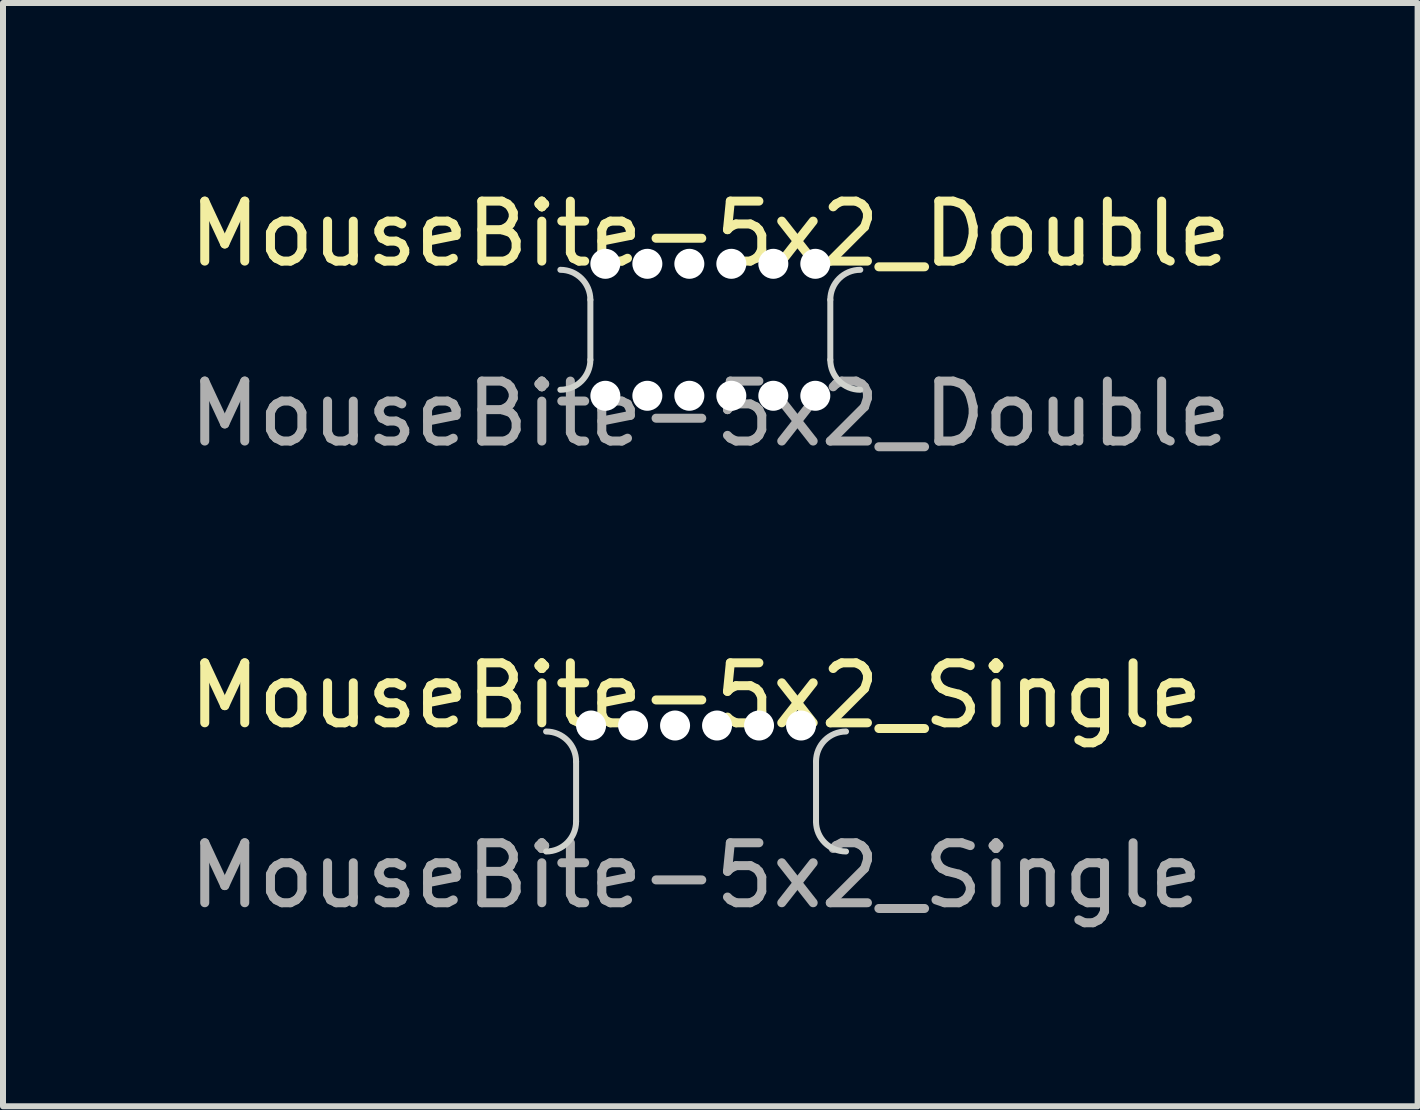
<source format=kicad_pcb>
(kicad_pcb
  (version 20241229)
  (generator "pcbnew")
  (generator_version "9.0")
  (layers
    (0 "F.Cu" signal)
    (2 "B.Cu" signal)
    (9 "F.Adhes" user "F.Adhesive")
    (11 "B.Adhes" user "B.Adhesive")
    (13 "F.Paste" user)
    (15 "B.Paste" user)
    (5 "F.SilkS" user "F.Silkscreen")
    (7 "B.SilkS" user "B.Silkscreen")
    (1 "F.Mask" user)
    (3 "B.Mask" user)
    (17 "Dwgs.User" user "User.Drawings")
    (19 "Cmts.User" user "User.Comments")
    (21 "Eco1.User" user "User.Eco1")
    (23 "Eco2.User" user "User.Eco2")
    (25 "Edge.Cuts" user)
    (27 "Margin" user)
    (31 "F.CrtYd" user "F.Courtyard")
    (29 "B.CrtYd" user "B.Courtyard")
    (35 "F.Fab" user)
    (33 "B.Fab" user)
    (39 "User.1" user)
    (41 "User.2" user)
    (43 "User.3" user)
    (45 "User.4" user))
  (footprint "MouseBite-5x2_Double"
    (layer "F.Cu")
    (at 8.792 1.348)
    (property "Reference" "MouseBite-5x2_Double" (at 0 -0.5 0) (unlocked yes) (layer "F.SilkS") (effects (font (size 1 1) (thickness 0.15))))
    (fp_line (start -2 0.6) (end -2 1.6) (stroke (width 0.1) (type solid)) (layer "Edge.Cuts"))
    (fp_line (start 2 0.6) (end 2 1.6) (stroke (width 0.1) (type solid)) (layer "Edge.Cuts"))
    (fp_arc (start -2.5 0.1) (mid -2.146447 0.246447) (end -2 0.6) (stroke (width 0.1) (type solid)) (layer "Edge.Cuts"))
    (fp_arc (start -2 1.6) (mid -2.146447 1.953553) (end -2.5 2.1) (stroke (width 0.1) (type solid)) (layer "Edge.Cuts"))
    (fp_arc (start 2 0.6) (mid 2.146447 0.246447) (end 2.5 0.1) (stroke (width 0.1) (type solid)) (layer "Edge.Cuts"))
    (fp_arc (start 2.5 2.1) (mid 2.146447 1.953553) (end 2 1.6) (stroke (width 0.1) (type solid)) (layer "Edge.Cuts"))
    (fp_text user "${REFERENCE}" (at 0 2.5 0) (unlocked yes) (layer "F.Fab") (effects (font (size 1 1) (thickness 0.15))))
    (pad "" np_thru_hole circle (at -1.75 0) (size 0.5 0.5) (drill 0.5) (layers "*.Cu"))
    (pad "" np_thru_hole circle (at -1.75 2.2) (size 0.5 0.5) (drill 0.5) (layers "*.Cu"))
    (pad "" np_thru_hole circle (at -1.05 0) (size 0.5 0.5) (drill 0.5) (layers "*.Cu"))
    (pad "" np_thru_hole circle (at -1.05 2.2) (size 0.5 0.5) (drill 0.5) (layers "*.Cu"))
    (pad "" np_thru_hole circle (at -0.35 0) (size 0.5 0.5) (drill 0.5) (layers "*.Cu"))
    (pad "" np_thru_hole circle (at -0.35 2.2) (size 0.5 0.5) (drill 0.5) (layers "*.Cu"))
    (pad "" np_thru_hole circle (at 0.35 0) (size 0.5 0.5) (drill 0.5) (layers "*.Cu"))
    (pad "" np_thru_hole circle (at 0.35 2.2) (size 0.5 0.5) (drill 0.5) (layers "*.Cu"))
    (pad "" np_thru_hole circle (at 1.05 0) (size 0.5 0.5) (drill 0.5) (layers "*.Cu"))
    (pad "" np_thru_hole circle (at 1.05 2.2) (size 0.5 0.5) (drill 0.5) (layers "*.Cu"))
    (pad "" np_thru_hole circle (at 1.75 0) (size 0.5 0.5) (drill 0.5) (layers "*.Cu"))
    (pad "" np_thru_hole circle (at 1.75 2.2) (size 0.5 0.5) (drill 0.5) (layers "*.Cu")))
  (footprint "MouseBite-5x2_Single"
    (layer "F.Cu")
    (at 8.554 9.045)
    (property "Reference" "MouseBite-5x2_Single" (at 0 -0.5 0) (unlocked yes) (layer "F.SilkS") (effects (font (size 1 1) (thickness 0.15))))
    (fp_line (start -2 0.6) (end -2 1.6) (stroke (width 0.1) (type solid)) (layer "Edge.Cuts"))
    (fp_line (start 2 0.6) (end 2 1.6) (stroke (width 0.1) (type solid)) (layer "Edge.Cuts"))
    (fp_arc (start -2.5 0.1) (mid -2.146447 0.246447) (end -2 0.6) (stroke (width 0.1) (type solid)) (layer "Edge.Cuts"))
    (fp_arc (start -2 1.6) (mid -2.146447 1.953553) (end -2.5 2.1) (stroke (width 0.1) (type solid)) (layer "Edge.Cuts"))
    (fp_arc (start 2 0.6) (mid 2.146447 0.246447) (end 2.5 0.1) (stroke (width 0.1) (type solid)) (layer "Edge.Cuts"))
    (fp_arc (start 2.5 2.1) (mid 2.146447 1.953553) (end 2 1.6) (stroke (width 0.1) (type solid)) (layer "Edge.Cuts"))
    (fp_text user "${REFERENCE}" (at 0 2.5 0) (unlocked yes) (layer "F.Fab") (effects (font (size 1 1) (thickness 0.15))))
    (pad "" np_thru_hole circle (at -1.75 0) (size 0.5 0.5) (drill 0.5) (layers "*.Cu"))
    (pad "" np_thru_hole circle (at -1.05 0) (size 0.5 0.5) (drill 0.5) (layers "*.Cu"))
    (pad "" np_thru_hole circle (at -0.35 0) (size 0.5 0.5) (drill 0.5) (layers "*.Cu"))
    (pad "" np_thru_hole circle (at 0.35 0) (size 0.5 0.5) (drill 0.5) (layers "*.Cu"))
    (pad "" np_thru_hole circle (at 1.05 0) (size 0.5 0.5) (drill 0.5) (layers "*.Cu"))
    (pad "" np_thru_hole circle (at 1.75 0) (size 0.5 0.5) (drill 0.5) (layers "*.Cu")))
  (gr_rect
    (start -3 -3)
    (end 20.583 15.393)
    (stroke (width 0.1) (type default))
    (fill no)
    (layer "Edge.Cuts")))
</source>
